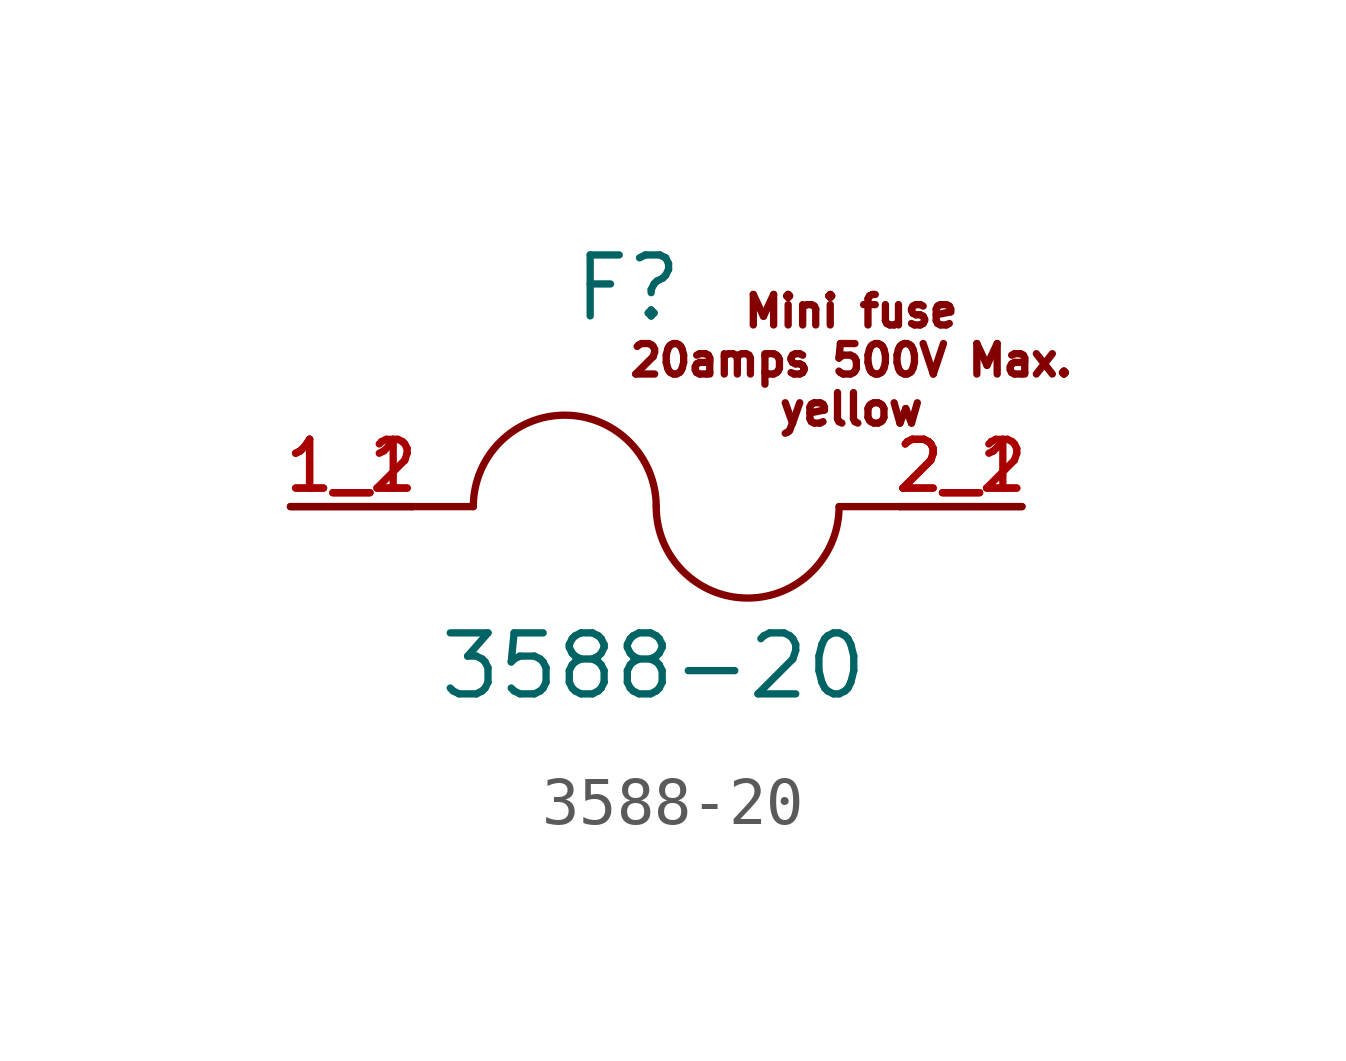
<source format=kicad_sym>
(kicad_symbol_lib
  (version 20241209)
  (generator "kicad_symbol_editor")
  (generator_version "9.0")
  (symbol "3588-20"
    (pin_names
      (offset 1.016))
    (property "Reference" "F"
      (at -1.778 3.81 0)
      (effects (font (size 1.27 1.27)) (justify left bottom)))
    (property "Value" "3588-20"
      (at -4.572 -4.064 0)
      (effects (font (size 1.27 1.27)) (justify left bottom)))
    (symbol "3588-20_0_0"
      (polyline (pts (xy -5.08 0) (xy -3.81 0)) (stroke (width 0.152) (type default)) (fill (type none)))
      (arc (start -3.81 0) (mid -1.905 1.8967) (end 0 0) (stroke (width 0.1524) (type default)) (fill (type none)))
      (arc (start 3.81 0) (mid 1.905 -1.8967) (end 0 0) (stroke (width 0.1524) (type default)) (fill (type none)))
      (polyline (pts (xy 5.08 0) (xy 3.81 0)) (stroke (width 0.152) (type default)) (fill (type none)))
      (pin passive line (at -7.62 0 0) (length 2.54) (name "~" (effects (font (size 1.016 1.016)))) (number "1_1" (effects (font (size 1.016 1.016)))))
      (pin passive line (at -7.62 0 0) (length 2.54) (name "~" (effects (font (size 1.016 1.016)))) (number "1_2" (effects (font (size 1.016 1.016)))))
      (pin passive line (at 7.62 0 180) (length 2.54) (name "~" (effects (font (size 1.016 1.016)))) (number "2_1" (effects (font (size 1.016 1.016)))))
      (pin passive line (at 7.62 0 180) (length 2.54) (name "~" (effects (font (size 1.016 1.016)))) (number "2_2" (effects (font (size 1.016 1.016))))))
    (symbol "3588-20_1_1"
      (text "Mini fuse\n20amps 500V Max.\nyellow" (at 4.064 3.048 0) (effects (font (size 0.635 0.635)))))))
</source>
